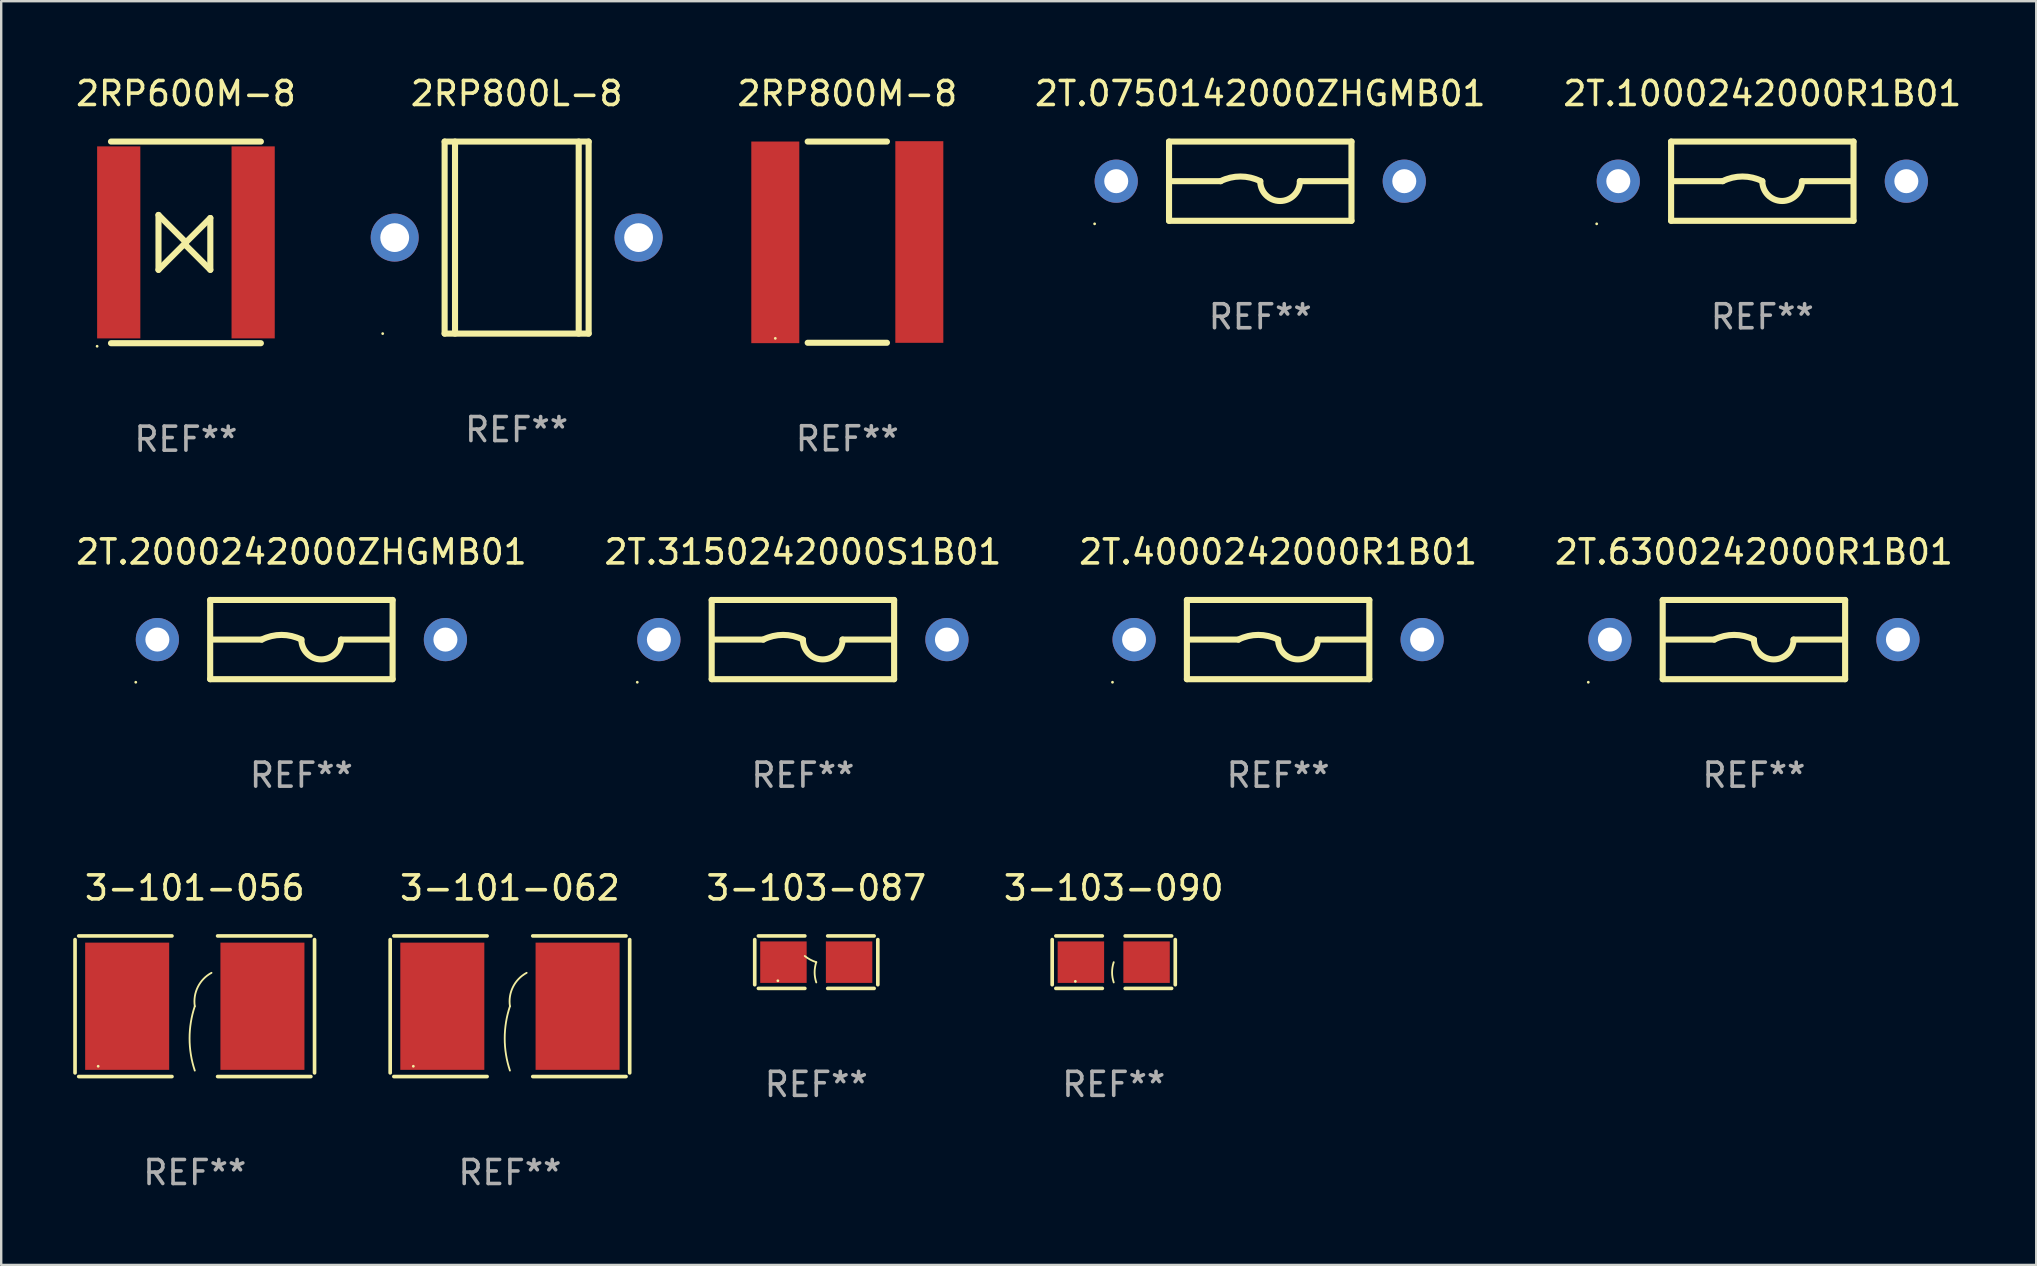
<source format=kicad_pcb>
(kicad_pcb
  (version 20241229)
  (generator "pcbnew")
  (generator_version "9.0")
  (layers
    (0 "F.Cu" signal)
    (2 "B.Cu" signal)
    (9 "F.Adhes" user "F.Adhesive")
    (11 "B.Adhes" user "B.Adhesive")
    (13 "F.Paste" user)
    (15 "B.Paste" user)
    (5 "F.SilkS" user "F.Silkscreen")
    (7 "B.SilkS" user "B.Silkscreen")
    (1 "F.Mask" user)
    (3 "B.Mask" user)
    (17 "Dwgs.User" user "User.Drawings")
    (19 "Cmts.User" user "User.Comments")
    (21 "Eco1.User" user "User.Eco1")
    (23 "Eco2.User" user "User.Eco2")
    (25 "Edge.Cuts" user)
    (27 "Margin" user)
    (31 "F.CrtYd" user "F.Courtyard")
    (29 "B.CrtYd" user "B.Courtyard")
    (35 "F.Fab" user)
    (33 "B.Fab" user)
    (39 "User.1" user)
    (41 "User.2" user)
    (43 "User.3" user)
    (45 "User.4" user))
  (footprint "2T.1000242000R1B01"
    (layer "F.Cu")
    (at 70.368 4.498)
    (property "Reference" "2T.1000242000R1B01" (at 0 -3.65 0) (layer "F.SilkS") (effects (font (size 1 1) (thickness 0.15))))
    (attr through_hole)
    (fp_line (start -3.8 -1.65) (end 3.8 -1.65) (stroke (width 0.254) (type solid)) (layer "F.SilkS"))
    (fp_line (start -3.8 1.65) (end -3.8 -1.65) (stroke (width 0.254) (type solid)) (layer "F.SilkS"))
    (fp_line (start -3.8 1.65) (end 3.8 1.65) (stroke (width 0.254) (type solid)) (layer "F.SilkS"))
    (fp_line (start -3.683 0) (end -1.651 0) (stroke (width 0.254) (type solid)) (layer "F.SilkS"))
    (fp_line (start 3.683 0) (end 1.651 0) (stroke (width 0.254) (type solid)) (layer "F.SilkS"))
    (fp_line (start 3.8 -1.65) (end 3.8 1.65) (stroke (width 0.254) (type solid)) (layer "F.SilkS"))
    (fp_arc (start -1.651003 0) (mid -0.825502 -0.194874) (end 0 0) (stroke (width 0.254001) (type solid)) (layer "F.SilkS"))
    (fp_arc (start 1.651003 0) (mid 0.825502 0.825501) (end 0.000001 0) (stroke (width 0.254001) (type solid)) (layer "F.SilkS"))
    (fp_circle (center -6.9 1.777) (end -6.87 1.777) (stroke (width 0.06) (type solid)) (fill no) (layer "F.SilkS"))
    (fp_text user "REF**" (at 0 5.65 0) (layer "F.Fab") (effects (font (size 1 1) (thickness 0.15))))
    (pad "1" thru_hole circle (at -6 0) (size 1.8 1.8) (drill 1) (layers "*.Cu" "*.Mask"))
    (pad "2" thru_hole circle (at 6 0) (size 1.8 1.8) (drill 1) (layers "*.Cu" "*.Mask")))
  (footprint "2RP600M-8"
    (layer "F.Cu")
    (at 4.696 7.048)
    (property "Reference" "2RP600M-8" (at 0 -6.2 0) (layer "F.SilkS") (effects (font (size 1 1) (thickness 0.15))))
    (attr through_hole)
    (fp_line (start -3.122 -4.2) (end 3.122 -4.2) (stroke (width 0.254) (type solid)) (layer "F.SilkS"))
    (fp_line (start -3.122 4.2) (end 3.122 4.2) (stroke (width 0.254) (type solid)) (layer "F.SilkS"))
    (fp_line (start -1.143 1.143) (end -1.143 -1.143) (stroke (width 0.254) (type solid)) (layer "F.SilkS"))
    (fp_line (start 0 0) (end -1.143 -1.143) (stroke (width 0.254) (type solid)) (layer "F.SilkS"))
    (fp_line (start 0 0) (end -1.143 1.143) (stroke (width 0.254) (type solid)) (layer "F.SilkS"))
    (fp_line (start 0 0) (end 0 0.127) (stroke (width 0.254) (type solid)) (layer "F.SilkS"))
    (fp_line (start 0 0) (end 1.016 -1.016) (stroke (width 0.254) (type solid)) (layer "F.SilkS"))
    (fp_line (start 0 0.127) (end 1.016 1.143) (stroke (width 0.254) (type solid)) (layer "F.SilkS"))
    (fp_line (start 1.016 1.143) (end 1.016 -1.016) (stroke (width 0.254) (type solid)) (layer "F.SilkS"))
    (fp_circle (center -3.7 4.327) (end -3.67 4.327) (stroke (width 0.06) (type solid)) (fill no) (layer "F.SilkS"))
    (fp_text user "REF**" (at 0 8.2 0) (layer "F.Fab") (effects (font (size 1 1) (thickness 0.15))))
    (pad "1" smd rect (at -2.8 0) (size 1.8 8) (layers "F.Cu" "F.Mask" "F.Paste"))
    (pad "2" smd rect (at 2.8 0) (size 1.8 8) (layers "F.Cu" "F.Mask" "F.Paste")))
  (footprint "2T.4000242000R1B01"
    (layer "F.Cu")
    (at 50.196 23.595)
    (property "Reference" "2T.4000242000R1B01" (at 0 -3.65 0) (layer "F.SilkS") (effects (font (size 1 1) (thickness 0.15))))
    (attr through_hole)
    (fp_line (start -3.8 -1.65) (end 3.8 -1.65) (stroke (width 0.254) (type solid)) (layer "F.SilkS"))
    (fp_line (start -3.8 1.65) (end -3.8 -1.65) (stroke (width 0.254) (type solid)) (layer "F.SilkS"))
    (fp_line (start -3.8 1.65) (end 3.8 1.65) (stroke (width 0.254) (type solid)) (layer "F.SilkS"))
    (fp_line (start -3.683 0) (end -1.651 0) (stroke (width 0.254) (type solid)) (layer "F.SilkS"))
    (fp_line (start 3.683 0) (end 1.651 0) (stroke (width 0.254) (type solid)) (layer "F.SilkS"))
    (fp_line (start 3.8 -1.65) (end 3.8 1.65) (stroke (width 0.254) (type solid)) (layer "F.SilkS"))
    (fp_arc (start -1.651003 0) (mid -0.825502 -0.194874) (end 0 0) (stroke (width 0.254001) (type solid)) (layer "F.SilkS"))
    (fp_arc (start 1.651003 0) (mid 0.825502 0.825501) (end 0.000001 0) (stroke (width 0.254001) (type solid)) (layer "F.SilkS"))
    (fp_circle (center -6.9 1.777) (end -6.87 1.777) (stroke (width 0.06) (type solid)) (fill no) (layer "F.SilkS"))
    (fp_text user "REF**" (at 0 5.65 0) (layer "F.Fab") (effects (font (size 1 1) (thickness 0.15))))
    (pad "1" thru_hole circle (at -6 0) (size 1.8 1.8) (drill 1) (layers "*.Cu" "*.Mask"))
    (pad "2" thru_hole circle (at 6 0) (size 1.8 1.8) (drill 1) (layers "*.Cu" "*.Mask")))
  (footprint "2RP800M-8"
    (layer "F.Cu")
    (at 32.249 7.039)
    (property "Reference" "2RP800M-8" (at 0 -6.191 0) (layer "F.SilkS") (effects (font (size 1 1) (thickness 0.15))))
    (attr through_hole)
    (fp_line (start -1.651 -4.191) (end 1.651 -4.191) (stroke (width 0.254) (type solid)) (layer "F.SilkS"))
    (fp_line (start 1.651 4.191) (end -1.651 4.191) (stroke (width 0.254) (type solid)) (layer "F.SilkS"))
    (fp_circle (center -3 4.007) (end -2.97 4.007) (stroke (width 0.06) (type solid)) (fill no) (layer "F.SilkS"))
    (fp_text user "REF**" (at 0 8.191 0) (layer "F.Fab") (effects (font (size 1 1) (thickness 0.15))))
    (pad "1" smd rect (at -3 0.007) (size 2 8.4) (layers "F.Cu" "F.Mask" "F.Paste"))
    (pad "2" smd rect (at 3 -0.007) (size 2 8.4) (layers "F.Cu" "F.Mask" "F.Paste")))
  (footprint "2RP800L-8"
    (layer "F.Cu")
    (at 18.473 6.848)
    (property "Reference" "2RP800L-8" (at 0 -6 0) (layer "F.SilkS") (effects (font (size 1 1) (thickness 0.15))))
    (attr through_hole)
    (fp_line (start -3 -4) (end -3 4) (stroke (width 0.254) (type solid)) (layer "F.SilkS"))
    (fp_line (start -3 -4) (end 3 -4) (stroke (width 0.254) (type solid)) (layer "F.SilkS"))
    (fp_line (start -3 4) (end 3 4) (stroke (width 0.254) (type solid)) (layer "F.SilkS"))
    (fp_line (start -2.567 -4) (end -2.567 4) (stroke (width 0.254) (type solid)) (layer "F.SilkS"))
    (fp_line (start 2.586 -4) (end 2.586 4) (stroke (width 0.254) (type solid)) (layer "F.SilkS"))
    (fp_line (start 3 -4) (end 3 4) (stroke (width 0.254) (type solid)) (layer "F.SilkS"))
    (fp_circle (center -5.58 4) (end -5.55 4) (stroke (width 0.06) (type solid)) (fill no) (layer "F.SilkS"))
    (fp_text user "REF**" (at 0 8 0) (layer "F.Fab") (effects (font (size 1 1) (thickness 0.15))))
    (pad "1" thru_hole circle (at -5.08 0) (size 2 2) (drill 1.2) (layers "*.Cu" "*.Mask"))
    (pad "2" thru_hole circle (at 5.08 0) (size 2 2) (drill 1.2) (layers "*.Cu" "*.Mask")))
  (footprint "2T.3150242000S1B01"
    (layer "F.Cu")
    (at 30.399 23.595)
    (property "Reference" "2T.3150242000S1B01" (at 0 -3.65 0) (layer "F.SilkS") (effects (font (size 1 1) (thickness 0.15))))
    (attr through_hole)
    (fp_line (start -3.8 -1.65) (end 3.8 -1.65) (stroke (width 0.254) (type solid)) (layer "F.SilkS"))
    (fp_line (start -3.8 1.65) (end -3.8 -1.65) (stroke (width 0.254) (type solid)) (layer "F.SilkS"))
    (fp_line (start -3.8 1.65) (end 3.8 1.65) (stroke (width 0.254) (type solid)) (layer "F.SilkS"))
    (fp_line (start -3.683 0) (end -1.651 0) (stroke (width 0.254) (type solid)) (layer "F.SilkS"))
    (fp_line (start 3.683 0) (end 1.651 0) (stroke (width 0.254) (type solid)) (layer "F.SilkS"))
    (fp_line (start 3.8 -1.65) (end 3.8 1.65) (stroke (width 0.254) (type solid)) (layer "F.SilkS"))
    (fp_arc (start -1.651003 0) (mid -0.825502 -0.194874) (end 0 0) (stroke (width 0.254001) (type solid)) (layer "F.SilkS"))
    (fp_arc (start 1.651003 0) (mid 0.825502 0.825501) (end 0.000001 0) (stroke (width 0.254001) (type solid)) (layer "F.SilkS"))
    (fp_circle (center -6.9 1.777) (end -6.87 1.777) (stroke (width 0.06) (type solid)) (fill no) (layer "F.SilkS"))
    (fp_text user "REF**" (at 0 5.65 0) (layer "F.Fab") (effects (font (size 1 1) (thickness 0.15))))
    (pad "1" thru_hole circle (at -6 0) (size 1.8 1.8) (drill 1) (layers "*.Cu" "*.Mask"))
    (pad "2" thru_hole circle (at 6 0) (size 1.8 1.8) (drill 1) (layers "*.Cu" "*.Mask")))
  (footprint "2T.2000242000ZHGMB01"
    (layer "F.Cu")
    (at 9.506 23.595)
    (property "Reference" "2T.2000242000ZHGMB01" (at 0 -3.65 0) (layer "F.SilkS") (effects (font (size 1 1) (thickness 0.15))))
    (attr through_hole)
    (fp_line (start -3.8 -1.65) (end 3.8 -1.65) (stroke (width 0.254) (type solid)) (layer "F.SilkS"))
    (fp_line (start -3.8 1.65) (end -3.8 -1.65) (stroke (width 0.254) (type solid)) (layer "F.SilkS"))
    (fp_line (start -3.8 1.65) (end 3.8 1.65) (stroke (width 0.254) (type solid)) (layer "F.SilkS"))
    (fp_line (start -3.683 0) (end -1.651 0) (stroke (width 0.254) (type solid)) (layer "F.SilkS"))
    (fp_line (start 3.683 0) (end 1.651 0) (stroke (width 0.254) (type solid)) (layer "F.SilkS"))
    (fp_line (start 3.8 -1.65) (end 3.8 1.65) (stroke (width 0.254) (type solid)) (layer "F.SilkS"))
    (fp_arc (start -1.651003 0) (mid -0.825502 -0.194874) (end 0 0) (stroke (width 0.254001) (type solid)) (layer "F.SilkS"))
    (fp_arc (start 1.651003 0) (mid 0.825502 0.825501) (end 0.000001 0) (stroke (width 0.254001) (type solid)) (layer "F.SilkS"))
    (fp_circle (center -6.9 1.777) (end -6.87 1.777) (stroke (width 0.06) (type solid)) (fill no) (layer "F.SilkS"))
    (fp_text user "REF**" (at 0 5.65 0) (layer "F.Fab") (effects (font (size 1 1) (thickness 0.15))))
    (pad "1" thru_hole circle (at -6 0) (size 1.8 1.8) (drill 1) (layers "*.Cu" "*.Mask"))
    (pad "2" thru_hole circle (at 6 0) (size 1.8 1.8) (drill 1) (layers "*.Cu" "*.Mask")))
  (footprint "3-101-062"
    (layer "F.Cu")
    (at 18.194 38.87)
    (property "Reference" "3-101-062" (at 0 -4.929 0) (layer "F.SilkS") (effects (font (size 1 1) (thickness 0.15))))
    (attr through_hole)
    (fp_line (start -4.989 -2.776) (end -4.989 2.776) (stroke (width 0.152) (type solid)) (layer "F.SilkS"))
    (fp_line (start -4.836 2.929) (end -0.951 2.929) (stroke (width 0.152) (type solid)) (layer "F.SilkS"))
    (fp_line (start -0.951 -2.929) (end -4.836 -2.929) (stroke (width 0.152) (type solid)) (layer "F.SilkS"))
    (fp_line (start 0.951 -2.929) (end 4.836 -2.929) (stroke (width 0.152) (type solid)) (layer "F.SilkS"))
    (fp_line (start 4.836 2.929) (end 0.951 2.929) (stroke (width 0.152) (type solid)) (layer "F.SilkS"))
    (fp_line (start 4.989 -2.776) (end 4.989 2.776) (stroke (width 0.152) (type solid)) (layer "F.SilkS"))
    (fp_arc (start 0 0) (mid 0.128191 -0.806207) (end 0.696175 -1.392549) (stroke (width 0.0762) (type solid)) (layer "F.SilkS"))
    (fp_arc (start 0 2.68095) (mid -0.217529 1.340475) (end 0 0) (stroke (width 0.0762) (type solid)) (layer "F.SilkS"))
    (fp_circle (center -4.025 2.5) (end -3.995 2.5) (stroke (width 0.06) (type solid)) (fill no) (layer "F.SilkS"))
    (fp_text user "REF**" (at 0 6.929 0) (layer "F.Fab") (effects (font (size 1 1) (thickness 0.15))))
    (pad "1" smd rect (at -2.817 0) (size 3.5 5.3) (layers "F.Cu" "F.Mask" "F.Paste"))
    (pad "2" smd rect (at 2.818 0) (size 3.5 5.3) (layers "F.Cu" "F.Mask" "F.Paste")))
  (footprint "3-101-056"
    (layer "F.Cu")
    (at 5.065 38.87)
    (property "Reference" "3-101-056" (at 0 -4.929 0) (layer "F.SilkS") (effects (font (size 1 1) (thickness 0.15))))
    (attr through_hole)
    (fp_line (start -4.989 -2.776) (end -4.989 2.776) (stroke (width 0.152) (type solid)) (layer "F.SilkS"))
    (fp_line (start -4.836 2.929) (end -0.951 2.929) (stroke (width 0.152) (type solid)) (layer "F.SilkS"))
    (fp_line (start -0.951 -2.929) (end -4.836 -2.929) (stroke (width 0.152) (type solid)) (layer "F.SilkS"))
    (fp_line (start 0.951 -2.929) (end 4.836 -2.929) (stroke (width 0.152) (type solid)) (layer "F.SilkS"))
    (fp_line (start 4.836 2.929) (end 0.951 2.929) (stroke (width 0.152) (type solid)) (layer "F.SilkS"))
    (fp_line (start 4.989 -2.776) (end 4.989 2.776) (stroke (width 0.152) (type solid)) (layer "F.SilkS"))
    (fp_arc (start 0 0) (mid 0.128191 -0.806207) (end 0.696175 -1.392549) (stroke (width 0.0762) (type solid)) (layer "F.SilkS"))
    (fp_arc (start 0 2.68095) (mid -0.217529 1.340475) (end 0 0) (stroke (width 0.0762) (type solid)) (layer "F.SilkS"))
    (fp_circle (center -4.025 2.5) (end -3.995 2.5) (stroke (width 0.06) (type solid)) (fill no) (layer "F.SilkS"))
    (fp_text user "REF**" (at 0 6.929 0) (layer "F.Fab") (effects (font (size 1 1) (thickness 0.15))))
    (pad "1" smd rect (at -2.817 0) (size 3.5 5.3) (layers "F.Cu" "F.Mask" "F.Paste"))
    (pad "2" smd rect (at 2.818 0) (size 3.5 5.3) (layers "F.Cu" "F.Mask" "F.Paste")))
  (footprint "3-103-087"
    (layer "F.Cu")
    (at 30.956 37.034)
    (property "Reference" "3-103-087" (at 0 -3.093 0) (layer "F.SilkS") (effects (font (size 1 1) (thickness 0.15))))
    (attr through_hole)
    (fp_line (start -2.564 -0.94) (end -2.564 0.94) (stroke (width 0.152) (type solid)) (layer "F.SilkS"))
    (fp_line (start -2.411 1.093) (end -0.476 1.093) (stroke (width 0.152) (type solid)) (layer "F.SilkS"))
    (fp_line (start -0.476 -1.093) (end -2.411 -1.093) (stroke (width 0.152) (type solid)) (layer "F.SilkS"))
    (fp_line (start 0.476 -1.093) (end 2.411 -1.093) (stroke (width 0.152) (type solid)) (layer "F.SilkS"))
    (fp_line (start 2.411 1.093) (end 0.476 1.093) (stroke (width 0.152) (type solid)) (layer "F.SilkS"))
    (fp_line (start 2.564 -0.94) (end 2.564 0.94) (stroke (width 0.152) (type solid)) (layer "F.SilkS"))
    (fp_arc (start 0 0) (mid -0.25226 -0.10569) (end -0.479707 -0.257589) (stroke (width 0.0762) (type solid)) (layer "F.SilkS"))
    (fp_arc (start 0 0.844958) (mid -0.068559 0.422479) (end 0 0) (stroke (width 0.0762) (type solid)) (layer "F.SilkS"))
    (fp_circle (center -1.6 0.775) (end -1.57 0.775) (stroke (width 0.06) (type solid)) (fill no) (layer "F.SilkS"))
    (fp_text user "REF**" (at 0 5.093 0) (layer "F.Fab") (effects (font (size 1 1) (thickness 0.15))))
    (pad "1" smd rect (at -1.368 -0.000051) (size 1.935 1.728) (layers "F.Cu" "F.Mask" "F.Paste"))
    (pad "2" smd rect (at 1.367 -0.000051) (size 1.935 1.728) (layers "F.Cu" "F.Mask" "F.Paste")))
  (footprint "3-103-090"
    (layer "F.Cu")
    (at 43.348 37.034)
    (property "Reference" "3-103-090" (at 0 -3.093 0) (layer "F.SilkS") (effects (font (size 1 1) (thickness 0.15))))
    (attr through_hole)
    (fp_line (start -2.564 -0.94) (end -2.564 0.94) (stroke (width 0.152) (type solid)) (layer "F.SilkS"))
    (fp_line (start -2.411 1.093) (end -0.476 1.093) (stroke (width 0.152) (type solid)) (layer "F.SilkS"))
    (fp_line (start -0.476 -1.093) (end -2.411 -1.093) (stroke (width 0.152) (type solid)) (layer "F.SilkS"))
    (fp_line (start 0.476 -1.093) (end 2.411 -1.093) (stroke (width 0.152) (type solid)) (layer "F.SilkS"))
    (fp_line (start 2.411 1.093) (end 0.476 1.093) (stroke (width 0.152) (type solid)) (layer "F.SilkS"))
    (fp_line (start 2.564 -0.94) (end 2.564 0.94) (stroke (width 0.152) (type solid)) (layer "F.SilkS"))
    (fp_arc (start 0 0.844951) (mid -0.068559 0.422475) (end 0 0) (stroke (width 0.0762) (type solid)) (layer "F.SilkS"))
    (fp_circle (center -1.6 0.8) (end -1.57 0.8) (stroke (width 0.06) (type solid)) (fill no) (layer "F.SilkS"))
    (fp_text user "REF**" (at 0 5.093 0) (layer "F.Fab") (effects (font (size 1 1) (thickness 0.15))))
    (pad "1" smd rect (at -1.368 0) (size 1.935 1.728) (layers "F.Cu" "F.Mask" "F.Paste"))
    (pad "2" smd rect (at 1.368 0) (size 1.935 1.728) (layers "F.Cu" "F.Mask" "F.Paste")))
  (footprint "2T.0750142000ZHGMB01"
    (layer "F.Cu")
    (at 49.452 4.498)
    (property "Reference" "2T.0750142000ZHGMB01" (at 0 -3.65 0) (layer "F.SilkS") (effects (font (size 1 1) (thickness 0.15))))
    (attr through_hole)
    (fp_line (start -3.8 -1.65) (end 3.8 -1.65) (stroke (width 0.254) (type solid)) (layer "F.SilkS"))
    (fp_line (start -3.8 1.65) (end -3.8 -1.65) (stroke (width 0.254) (type solid)) (layer "F.SilkS"))
    (fp_line (start -3.8 1.65) (end 3.8 1.65) (stroke (width 0.254) (type solid)) (layer "F.SilkS"))
    (fp_line (start -3.683 0) (end -1.651 0) (stroke (width 0.254) (type solid)) (layer "F.SilkS"))
    (fp_line (start 3.683 0) (end 1.651 0) (stroke (width 0.254) (type solid)) (layer "F.SilkS"))
    (fp_line (start 3.8 -1.65) (end 3.8 1.65) (stroke (width 0.254) (type solid)) (layer "F.SilkS"))
    (fp_arc (start -1.651003 0) (mid -0.825502 -0.194874) (end 0 0) (stroke (width 0.254001) (type solid)) (layer "F.SilkS"))
    (fp_arc (start 1.651003 0) (mid 0.825502 0.825501) (end 0.000001 0) (stroke (width 0.254001) (type solid)) (layer "F.SilkS"))
    (fp_circle (center -6.9 1.777) (end -6.87 1.777) (stroke (width 0.06) (type solid)) (fill no) (layer "F.SilkS"))
    (fp_text user "REF**" (at 0 5.65 0) (layer "F.Fab") (effects (font (size 1 1) (thickness 0.15))))
    (pad "1" thru_hole circle (at -6 0) (size 1.8 1.8) (drill 1) (layers "*.Cu" "*.Mask"))
    (pad "2" thru_hole circle (at 6 0) (size 1.8 1.8) (drill 1) (layers "*.Cu" "*.Mask")))
  (footprint "2T.6300242000R1B01"
    (layer "F.Cu")
    (at 70.018 23.595)
    (property "Reference" "2T.6300242000R1B01" (at 0 -3.65 0) (layer "F.SilkS") (effects (font (size 1 1) (thickness 0.15))))
    (attr through_hole)
    (fp_line (start -3.8 -1.65) (end 3.8 -1.65) (stroke (width 0.254) (type solid)) (layer "F.SilkS"))
    (fp_line (start -3.8 1.65) (end -3.8 -1.65) (stroke (width 0.254) (type solid)) (layer "F.SilkS"))
    (fp_line (start -3.8 1.65) (end 3.8 1.65) (stroke (width 0.254) (type solid)) (layer "F.SilkS"))
    (fp_line (start -3.683 0) (end -1.651 0) (stroke (width 0.254) (type solid)) (layer "F.SilkS"))
    (fp_line (start 3.683 0) (end 1.651 0) (stroke (width 0.254) (type solid)) (layer "F.SilkS"))
    (fp_line (start 3.8 -1.65) (end 3.8 1.65) (stroke (width 0.254) (type solid)) (layer "F.SilkS"))
    (fp_arc (start -1.651003 0) (mid -0.825502 -0.194874) (end 0 0) (stroke (width 0.254001) (type solid)) (layer "F.SilkS"))
    (fp_arc (start 1.651003 0) (mid 0.825502 0.825501) (end 0.000001 0) (stroke (width 0.254001) (type solid)) (layer "F.SilkS"))
    (fp_circle (center -6.9 1.777) (end -6.87 1.777) (stroke (width 0.06) (type solid)) (fill no) (layer "F.SilkS"))
    (fp_text user "REF**" (at 0 5.65 0) (layer "F.Fab") (effects (font (size 1 1) (thickness 0.15))))
    (pad "1" thru_hole circle (at -6 0) (size 1.8 1.8) (drill 1) (layers "*.Cu" "*.Mask"))
    (pad "2" thru_hole circle (at 6 0) (size 1.8 1.8) (drill 1) (layers "*.Cu" "*.Mask")))
  (gr_rect
    (start -3 -3)
    (end 81.779 49.647)
    (stroke (width 0.1) (type default))
    (fill no)
    (layer "Edge.Cuts")))
</source>
